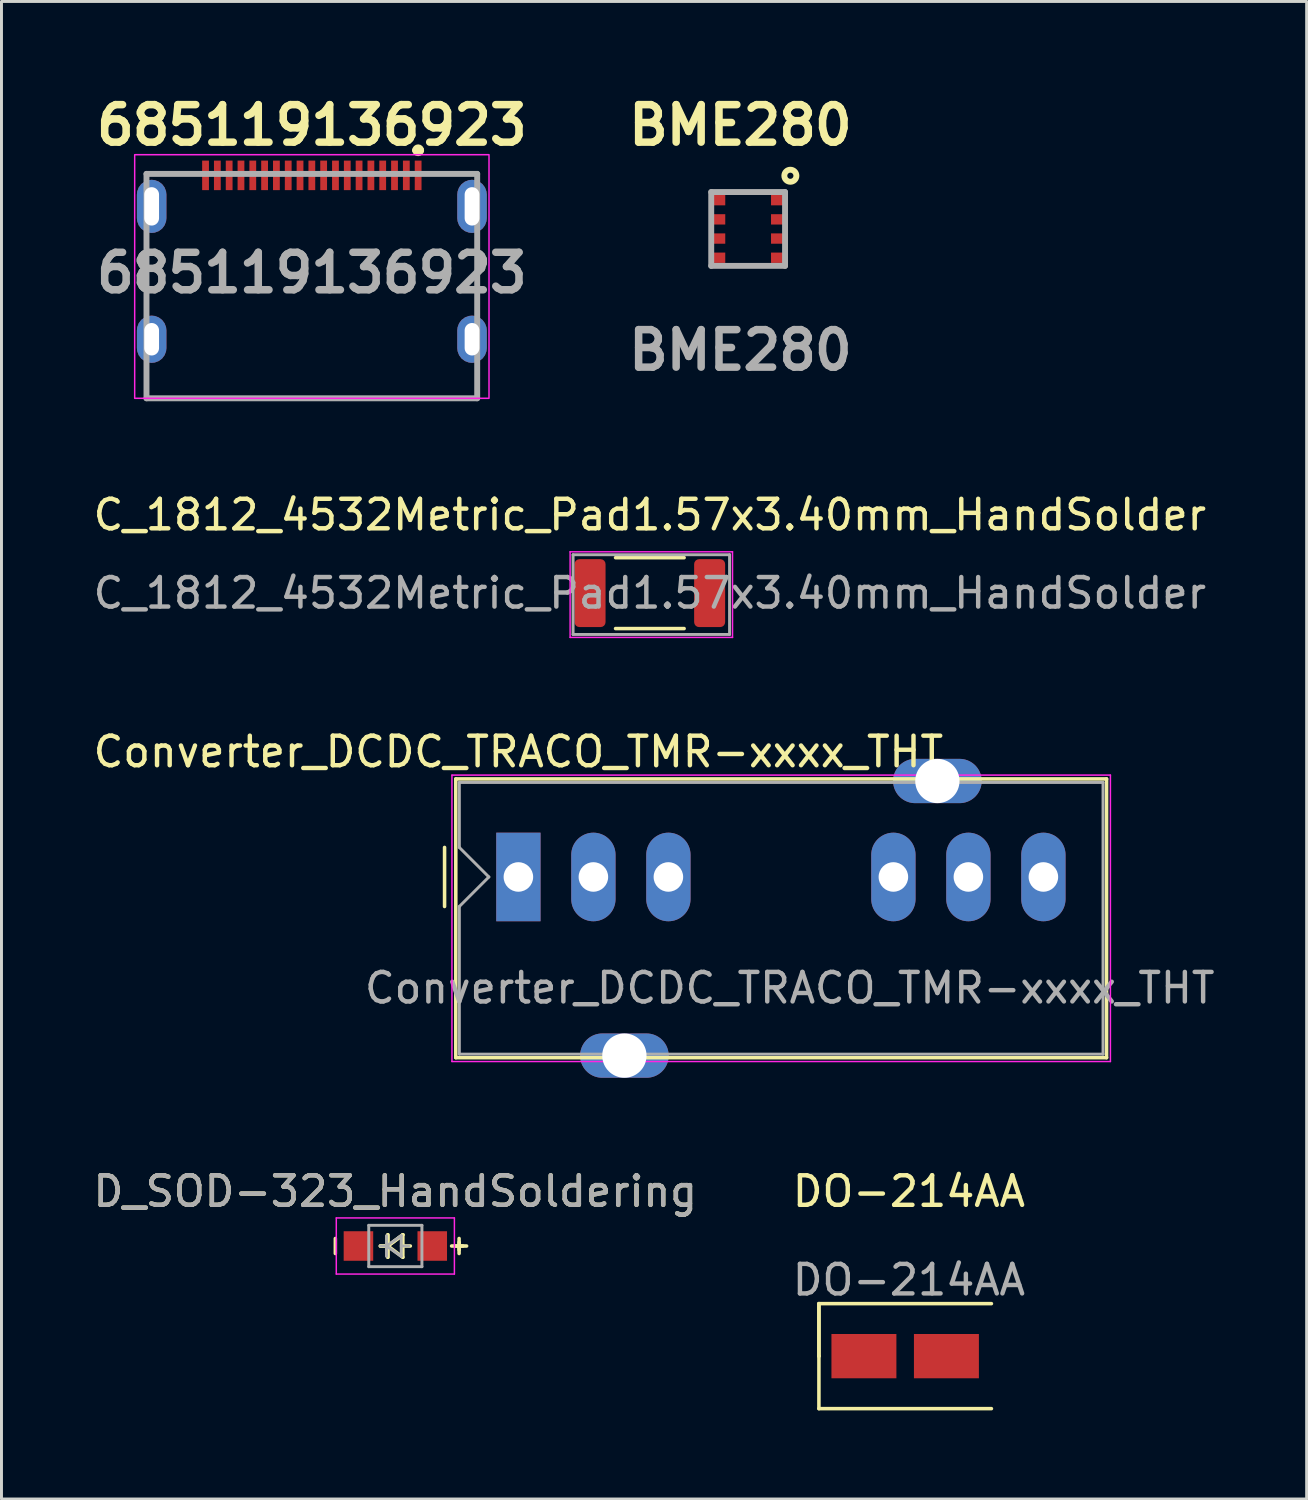
<source format=kicad_pcb>
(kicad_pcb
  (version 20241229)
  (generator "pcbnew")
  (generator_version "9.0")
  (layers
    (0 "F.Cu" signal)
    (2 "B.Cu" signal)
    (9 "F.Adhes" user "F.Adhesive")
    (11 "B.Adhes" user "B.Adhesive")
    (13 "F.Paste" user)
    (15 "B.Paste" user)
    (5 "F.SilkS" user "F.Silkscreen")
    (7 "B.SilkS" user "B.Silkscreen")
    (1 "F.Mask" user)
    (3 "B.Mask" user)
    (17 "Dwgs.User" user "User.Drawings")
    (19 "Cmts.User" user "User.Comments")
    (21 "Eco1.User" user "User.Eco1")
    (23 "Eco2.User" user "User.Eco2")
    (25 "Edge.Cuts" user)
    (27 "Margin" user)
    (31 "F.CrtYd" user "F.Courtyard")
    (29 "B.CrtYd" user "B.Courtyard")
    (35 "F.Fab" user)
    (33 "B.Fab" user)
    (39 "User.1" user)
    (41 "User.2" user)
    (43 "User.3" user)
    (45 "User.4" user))
  (footprint "Converter_DCDC_TRACO_TMR-xxxx_THT"
    (layer "F.Cu")
    (at 14.506 26.65)
    (property "Reference" "Converter_DCDC_TRACO_TMR-xxxx_THT" (at 0 -4.24 180) (layer "F.SilkS") (effects (font (size 1 1) (thickness 0.15))))
    (attr through_hole)
    (fp_line (start -2.5 -1) (end -2.5 1) (stroke (width 0.12) (type solid)) (layer "F.SilkS"))
    (fp_line (start -2.12 -3.32) (end 19.92 -3.32) (stroke (width 0.12) (type solid)) (layer "F.SilkS"))
    (fp_line (start -2.12 6.12) (end -2.12 -3.32) (stroke (width 0.12) (type solid)) (layer "F.SilkS"))
    (fp_line (start 19.92 -3.32) (end 19.92 6.12) (stroke (width 0.12) (type solid)) (layer "F.SilkS"))
    (fp_line (start 19.92 6.12) (end -2.12 6.12) (stroke (width 0.12) (type solid)) (layer "F.SilkS"))
    (fp_line (start -2.25 -3.45) (end -2.25 6.25) (stroke (width 0.05) (type solid)) (layer "F.CrtYd"))
    (fp_line (start -2.25 -3.45) (end 20.05 -3.45) (stroke (width 0.05) (type solid)) (layer "F.CrtYd"))
    (fp_line (start -2.25 6.25) (end 20.05 6.25) (stroke (width 0.05) (type solid)) (layer "F.CrtYd"))
    (fp_line (start 20.05 -3.45) (end 20.05 6.25) (stroke (width 0.05) (type solid)) (layer "F.CrtYd"))
    (fp_line (start -2 -3.2) (end -2 -1) (stroke (width 0.1) (type solid)) (layer "F.Fab"))
    (fp_line (start -2 -1) (end -1 0) (stroke (width 0.1) (type solid)) (layer "F.Fab"))
    (fp_line (start -2 1) (end -2 6) (stroke (width 0.1) (type solid)) (layer "F.Fab"))
    (fp_line (start -2 1) (end -1 0) (stroke (width 0.1) (type solid)) (layer "F.Fab"))
    (fp_line (start 19.8 -3.2) (end -2 -3.2) (stroke (width 0.1) (type solid)) (layer "F.Fab"))
    (fp_line (start 19.8 -3.2) (end 19.8 6) (stroke (width 0.1) (type solid)) (layer "F.Fab"))
    (fp_line (start 19.8 6) (end -2 6) (stroke (width 0.1) (type solid)) (layer "F.Fab"))
    (fp_text user "${REFERENCE}" (at 9.19 3.76 180) (layer "F.Fab") (effects (font (size 1 1) (thickness 0.15))))
    (pad "1" thru_hole rect (at 0 0) (size 1.5 3) (drill 1) (layers "*.Cu" "*.Mask"))
    (pad "2" thru_hole oval (at 2.54 0) (size 1.5 3) (drill 1) (layers "*.Cu" "*.Mask"))
    (pad "3" thru_hole oval (at 5.08 0) (size 1.5 3) (drill 1) (layers "*.Cu" "*.Mask"))
    (pad "6" thru_hole oval (at 12.7 0) (size 1.5 3) (drill 1) (layers "*.Cu" "*.Mask"))
    (pad "7" thru_hole oval (at 15.24 0) (size 1.5 3) (drill 1) (layers "*.Cu" "*.Mask"))
    (pad "8" thru_hole oval (at 17.78 0) (size 1.5 3) (drill 1) (layers "*.Cu" "*.Mask"))
    (pad "9" thru_hole oval (at 3.59 6.05 90) (size 1.5 3) (drill 1.5) (layers "*.Cu" "*.Mask"))
    (pad "10" thru_hole oval (at 14.19 -3.25 90) (size 1.5 3) (drill 1.5) (layers "*.Cu" "*.Mask")))
  (footprint "D_SOD-323_HandSoldering"
    (layer "F.Cu")
    (at 10.339 39.148)
    (property "Reference" "D_SOD-323_HandSoldering" (at 0 -1.85 0) (layer "F.SilkS") (effects (font (size 1 1) (thickness 0.15))))
    (attr smd)
    (fp_line (start -2.032 -0.254) (end -2.032 0.254) (stroke (width 0.12) (type solid)) (layer "F.SilkS"))
    (fp_line (start -0.508 0) (end -0.254 0) (stroke (width 0.12) (type solid)) (layer "F.SilkS"))
    (fp_line (start -0.254 -0.381) (end -0.254 0.381) (stroke (width 0.12) (type solid)) (layer "F.SilkS"))
    (fp_line (start -0.254 0) (end -0.508 0) (stroke (width 0.12) (type solid)) (layer "F.SilkS"))
    (fp_line (start -0.254 0) (end -0.254 -0.381) (stroke (width 0.12) (type solid)) (layer "F.SilkS"))
    (fp_line (start -0.254 0) (end 0.254 -0.381) (stroke (width 0.12) (type solid)) (layer "F.SilkS"))
    (fp_line (start -0.254 0.381) (end -0.254 0) (stroke (width 0.12) (type solid)) (layer "F.SilkS"))
    (fp_line (start 0.254 -0.381) (end -0.254 0) (stroke (width 0.12) (type solid)) (layer "F.SilkS"))
    (fp_line (start 0.254 -0.381) (end 0.254 0.381) (stroke (width 0.12) (type solid)) (layer "F.SilkS"))
    (fp_line (start 0.254 0) (end 0.508 0) (stroke (width 0.12) (type solid)) (layer "F.SilkS"))
    (fp_line (start 0.254 0.381) (end -0.254 0) (stroke (width 0.12) (type solid)) (layer "F.SilkS"))
    (fp_line (start 1.905 0) (end 2.413 0) (stroke (width 0.12) (type solid)) (layer "F.SilkS"))
    (fp_line (start 2.032 0) (end 2.286 0) (stroke (width 0.12) (type solid)) (layer "F.SilkS"))
    (fp_line (start 2.159 -0.254) (end 2.159 0.254) (stroke (width 0.12) (type solid)) (layer "F.SilkS"))
    (fp_line (start 2.159 -0.127) (end 2.159 0.127) (stroke (width 0.12) (type solid)) (layer "F.SilkS"))
    (fp_line (start -2 -0.95) (end -2 0.95) (stroke (width 0.05) (type solid)) (layer "F.CrtYd"))
    (fp_line (start -2 -0.95) (end 2 -0.95) (stroke (width 0.05) (type solid)) (layer "F.CrtYd"))
    (fp_line (start -2 0.95) (end 2 0.95) (stroke (width 0.05) (type solid)) (layer "F.CrtYd"))
    (fp_line (start 2 -0.95) (end 2 0.95) (stroke (width 0.05) (type solid)) (layer "F.CrtYd"))
    (fp_line (start -0.9 -0.7) (end 0.9 -0.7) (stroke (width 0.1) (type solid)) (layer "F.Fab"))
    (fp_line (start -0.9 0.7) (end -0.9 -0.7) (stroke (width 0.1) (type solid)) (layer "F.Fab"))
    (fp_line (start -0.3 -0.35) (end -0.3 0.35) (stroke (width 0.1) (type solid)) (layer "F.Fab"))
    (fp_line (start -0.3 0) (end -0.5 0) (stroke (width 0.1) (type solid)) (layer "F.Fab"))
    (fp_line (start -0.3 0) (end 0.2 -0.35) (stroke (width 0.1) (type solid)) (layer "F.Fab"))
    (fp_line (start 0.2 -0.35) (end 0.2 0.35) (stroke (width 0.1) (type solid)) (layer "F.Fab"))
    (fp_line (start 0.2 0) (end 0.45 0) (stroke (width 0.1) (type solid)) (layer "F.Fab"))
    (fp_line (start 0.2 0.35) (end -0.3 0) (stroke (width 0.1) (type solid)) (layer "F.Fab"))
    (fp_line (start 0.9 -0.7) (end 0.9 0.7) (stroke (width 0.1) (type solid)) (layer "F.Fab"))
    (fp_line (start 0.9 0.7) (end -0.9 0.7) (stroke (width 0.1) (type solid)) (layer "F.Fab"))
    (fp_text user "${REFERENCE}" (at 0 -1.85 0) (layer "F.Fab") (effects (font (size 1 1) (thickness 0.15))))
    (pad "1" smd rect (at -1.25 0) (size 1 1) (layers "F.Cu" "F.Mask" "F.Paste"))
    (pad "2" smd rect (at 1.25 0) (size 1 1) (layers "F.Cu" "F.Mask" "F.Paste")))
  (footprint "DO-214AA"
    (layer "F.Cu")
    (at 27.732 37.798)
    (property "Reference" "DO-214AA" (at 0 -0.5 0) (unlocked yes) (layer "F.SilkS") (effects (font (size 1 1) (thickness 0.15))))
    (attr smd)
    (fp_line (start -3.048 3.302) (end -3.048 5.08) (stroke (width 0.12) (type solid)) (layer "F.SilkS"))
    (fp_line (start -3.048 3.302) (end 2.794 3.302) (stroke (width 0.12) (type solid)) (layer "F.SilkS"))
    (fp_line (start -3.048 5.08) (end -3.048 3.302) (stroke (width 0.12) (type solid)) (layer "F.SilkS"))
    (fp_line (start -3.048 5.08) (end -3.048 6.858) (stroke (width 0.12) (type solid)) (layer "F.SilkS"))
    (fp_line (start 2.794 6.858) (end -3.048 6.858) (stroke (width 0.12) (type solid)) (layer "F.SilkS"))
    (fp_text user "${REFERENCE}" (at 0 2.5 0) (unlocked yes) (layer "F.Fab") (effects (font (size 1 1) (thickness 0.15))))
    (pad "1" smd rect (at -1.524 5.08) (size 2.2 1.5) (layers "F.Cu" "F.Mask" "F.Paste"))
    (pad "2" smd rect (at 1.27 5.08) (size 2.2 1.5) (layers "F.Cu" "F.Mask" "F.Paste")))
  (footprint "C_1812_4532Metric_Pad1.57x3.40mm_HandSolder"
    (layer "F.Cu")
    (at 18.958 17.037)
    (property "Reference" "C_1812_4532Metric_Pad1.57x3.40mm_HandSolder" (at 0 -2.65 0) (layer "F.SilkS") (effects (font (size 1 1) (thickness 0.15))))
    (attr smd)
    (fp_line (start -1.161 -1.2) (end 1.161 -1.2) (stroke (width 0.12) (type solid)) (layer "F.SilkS"))
    (fp_line (start -1.161 1.2) (end 1.161 1.2) (stroke (width 0.12) (type solid)) (layer "F.SilkS"))
    (fp_line (start -2.7 -1.4) (end 2.8 -1.4) (stroke (width 0.05) (type solid)) (layer "F.CrtYd"))
    (fp_line (start -2.7 1.5) (end -2.7 -1.4) (stroke (width 0.05) (type solid)) (layer "F.CrtYd"))
    (fp_line (start 2.8 -1.4) (end 2.8 1.5) (stroke (width 0.05) (type solid)) (layer "F.CrtYd"))
    (fp_line (start 2.8 1.5) (end -2.7 1.5) (stroke (width 0.05) (type solid)) (layer "F.CrtYd"))
    (fp_line (start -2.6 -1.3) (end 2.7 -1.3) (stroke (width 0.1) (type solid)) (layer "F.Fab"))
    (fp_line (start -2.6 1.4) (end -2.6 -1.3) (stroke (width 0.1) (type solid)) (layer "F.Fab"))
    (fp_line (start 2.7 -1.3) (end 2.7 1.4) (stroke (width 0.1) (type solid)) (layer "F.Fab"))
    (fp_line (start 2.7 1.4) (end -2.6 1.4) (stroke (width 0.1) (type solid)) (layer "F.Fab"))
    (fp_text user "${REFERENCE}" (at 0 0 0) (layer "F.Fab") (effects (font (size 1 1) (thickness 0.15))))
    (pad "1" smd roundrect (at -2.025 0) (size 1.05 2.3) (layers "F.Cu" "F.Mask" "F.Paste") (roundrect_rratio 0.159))
    (pad "2" smd roundrect (at 2.025 0) (size 1.05 2.3) (layers "F.Cu" "F.Mask" "F.Paste") (roundrect_rratio 0.159)))
  (footprint "685119136923"
    (layer "F.Cu")
    (at 7.511 3.939)
    (property "Reference" "685119136923" (at 0 -2.75 0) (layer "F.SilkS") (effects (font (size 1.27 1.27) (thickness 0.254))))
    (attr through_hole)
    (fp_line (start -5.6 1.4) (end -5.6 3.2) (stroke (width 0.1) (type solid)) (layer "F.SilkS"))
    (fp_line (start -4.8 -1.1) (end -4 -1.1) (stroke (width 0.1) (type solid)) (layer "F.SilkS"))
    (fp_line (start 3.5 -1.9) (end 3.5 -1.9) (stroke (width 0.2) (type solid)) (layer "F.SilkS"))
    (fp_line (start 3.7 -1.9) (end 3.7 -1.9) (stroke (width 0.2) (type solid)) (layer "F.SilkS"))
    (fp_line (start 4 -1.1) (end 4.8 -1.1) (stroke (width 0.1) (type solid)) (layer "F.SilkS"))
    (fp_line (start 5.6 1.4) (end 5.6 3.2) (stroke (width 0.1) (type solid)) (layer "F.SilkS"))
    (fp_arc (start 3.5 -1.9) (mid 3.6 -2) (end 3.7 -1.9) (stroke (width 0.2) (type solid)) (layer "F.SilkS"))
    (fp_arc (start 3.7 -1.9) (mid 3.6 -1.8) (end 3.5 -1.9) (stroke (width 0.2) (type solid)) (layer "F.SilkS"))
    (fp_rect (start -6 -1.75) (end 6 6.5) (stroke (width 0.05) (type default)) (fill no) (layer "F.CrtYd"))
    (fp_line (start -5.6 -1.1) (end 5.6 -1.1) (stroke (width 0.2) (type solid)) (layer "F.Fab"))
    (fp_line (start -5.6 6.5) (end -5.6 -1.1) (stroke (width 0.2) (type solid)) (layer "F.Fab"))
    (fp_line (start 5.6 -1.1) (end 5.6 6.5) (stroke (width 0.2) (type solid)) (layer "F.Fab"))
    (fp_line (start 5.6 6.5) (end -5.6 6.5) (stroke (width 0.2) (type solid)) (layer "F.Fab"))
    (fp_line (start 5.6 5.5) (end -5.6 5.5) (stroke (width 0.1) (type default)) (layer "User.6"))
    (fp_text user "${REFERENCE}" (at 0 2.25 0) (layer "F.Fab") (effects (font (size 1.27 1.27) (thickness 0.254))))
    (fp_text user "PCB edge" (at -3.25 5.25 0) (unlocked yes) (layer "User.6") (effects (font (size 0.8 0.8) (thickness 0.15)) (justify left bottom)))
    (pad "1" smd rect (at 3.6 -1.05) (size 0.23 1) (layers "F.Cu" "F.Mask" "F.Paste"))
    (pad "2" smd rect (at 3.2 -1.05) (size 0.23 1) (layers "F.Cu" "F.Mask" "F.Paste"))
    (pad "3" smd rect (at 2.8 -1.05) (size 0.23 1) (layers "F.Cu" "F.Mask" "F.Paste"))
    (pad "4" smd rect (at 2.4 -1.05) (size 0.23 1) (layers "F.Cu" "F.Mask" "F.Paste"))
    (pad "5" smd rect (at 2 -1.05) (size 0.23 1) (layers "F.Cu" "F.Mask" "F.Paste"))
    (pad "6" smd rect (at 1.6 -1.05) (size 0.23 1) (layers "F.Cu" "F.Mask" "F.Paste"))
    (pad "7" smd rect (at 1.2 -1.05) (size 0.23 1) (layers "F.Cu" "F.Mask" "F.Paste"))
    (pad "8" smd rect (at 0.8 -1.05) (size 0.23 1) (layers "F.Cu" "F.Mask" "F.Paste"))
    (pad "9" smd rect (at 0.4 -1.05) (size 0.23 1) (layers "F.Cu" "F.Mask" "F.Paste"))
    (pad "10" smd rect (at 0 -1.05) (size 0.23 1) (layers "F.Cu" "F.Mask" "F.Paste"))
    (pad "11" smd rect (at -0.4 -1.05) (size 0.23 1) (layers "F.Cu" "F.Mask" "F.Paste"))
    (pad "12" smd rect (at -0.8 -1.05) (size 0.23 1) (layers "F.Cu" "F.Mask" "F.Paste"))
    (pad "13" smd rect (at -1.2 -1.05) (size 0.23 1) (layers "F.Cu" "F.Mask" "F.Paste"))
    (pad "14" smd rect (at -1.6 -1.05) (size 0.23 1) (layers "F.Cu" "F.Mask" "F.Paste"))
    (pad "15" smd rect (at -2 -1.05) (size 0.23 1) (layers "F.Cu" "F.Mask" "F.Paste"))
    (pad "16" smd rect (at -2.4 -1.05) (size 0.23 1) (layers "F.Cu" "F.Mask" "F.Paste"))
    (pad "17" smd rect (at -2.8 -1.05) (size 0.23 1) (layers "F.Cu" "F.Mask" "F.Paste"))
    (pad "18" smd rect (at -3.2 -1.05) (size 0.23 1) (layers "F.Cu" "F.Mask" "F.Paste"))
    (pad "19" smd rect (at -3.6 -1.05) (size 0.23 1) (layers "F.Cu" "F.Mask" "F.Paste"))
    (pad "SH" thru_hole roundrect (at -5.425 0) (size 1 1.8) (drill oval 0.5 1.3) (layers "*.Cu" "*.Mask") (roundrect_rratio 0.5))
    (pad "SH" thru_hole roundrect (at -5.425 4.5) (size 1 1.6) (drill oval 0.5 1.1) (layers "*.Cu" "*.Mask") (roundrect_rratio 0.5))
    (pad "SH" thru_hole roundrect (at 5.425 0) (size 1 1.8) (drill oval 0.5 1.3) (layers "*.Cu" "*.Mask") (roundrect_rratio 0.5))
    (pad "SH" thru_hole roundrect (at 5.425 4.5) (size 1 1.6) (drill oval 0.5 1.1) (layers "*.Cu" "*.Mask") (roundrect_rratio 0.5)))
  (footprint "BME280"
    (layer "F.Cu")
    (at 21.262 3.729)
    (property "Reference" "BME280" (at 0.764 -2.54 0) (layer "F.SilkS") (effects (font (size 1.27 1.27) (thickness 0.254))))
    (attr smd)
    (fp_circle (center 2.455 -0.827) (end 2.455 -0.623) (stroke (width 0.2) (type solid)) (fill no) (layer "F.SilkS"))
    (fp_line (start -0.225 -0.275) (end 2.275 -0.275) (stroke (width 0.2) (type solid)) (layer "F.Fab"))
    (fp_line (start -0.225 2.225) (end -0.225 -0.275) (stroke (width 0.2) (type solid)) (layer "F.Fab"))
    (fp_line (start 2.275 -0.275) (end 2.275 2.225) (stroke (width 0.2) (type solid)) (layer "F.Fab"))
    (fp_line (start 2.275 2.225) (end -0.225 2.225) (stroke (width 0.2) (type solid)) (layer "F.Fab"))
    (fp_text user "${REFERENCE}" (at 0.764 5.08 0) (layer "F.Fab") (effects (font (size 1.27 1.27) (thickness 0.254))))
    (pad "1" smd rect (at 2.05 0 90) (size 0.35 0.5) (layers "F.Cu" "F.Mask" "F.Paste"))
    (pad "2" smd rect (at 2.05 0.65 90) (size 0.35 0.5) (layers "F.Cu" "F.Mask" "F.Paste"))
    (pad "3" smd rect (at 2.05 1.3 90) (size 0.35 0.5) (layers "F.Cu" "F.Mask" "F.Paste"))
    (pad "4" smd rect (at 2.05 1.95 90) (size 0.35 0.5) (layers "F.Cu" "F.Mask" "F.Paste"))
    (pad "5" smd rect (at 0 1.95 90) (size 0.35 0.5) (layers "F.Cu" "F.Mask" "F.Paste"))
    (pad "6" smd rect (at 0 1.3 90) (size 0.35 0.5) (layers "F.Cu" "F.Mask" "F.Paste"))
    (pad "7" smd rect (at 0 0.65 90) (size 0.35 0.5) (layers "F.Cu" "F.Mask" "F.Paste"))
    (pad "8" smd rect (at 0 0 90) (size 0.35 0.5) (layers "F.Cu" "F.Mask" "F.Paste")))
  (gr_rect
    (start -3 -3)
    (end 41.202 47.716)
    (stroke (width 0.1) (type default))
    (fill no)
    (layer "Edge.Cuts")))
</source>
